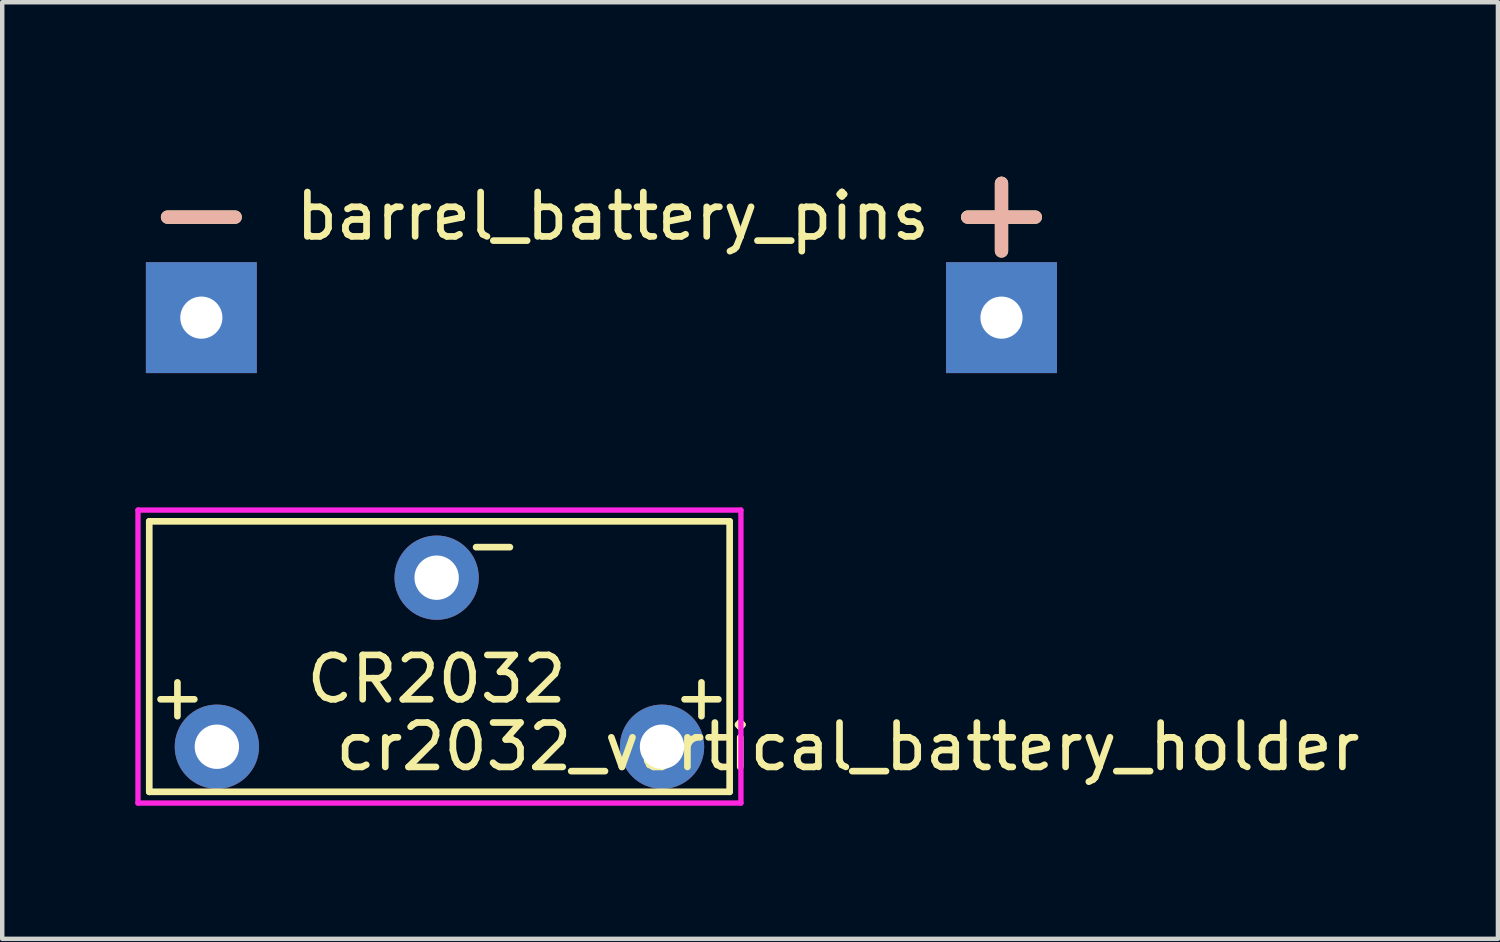
<source format=kicad_pcb>
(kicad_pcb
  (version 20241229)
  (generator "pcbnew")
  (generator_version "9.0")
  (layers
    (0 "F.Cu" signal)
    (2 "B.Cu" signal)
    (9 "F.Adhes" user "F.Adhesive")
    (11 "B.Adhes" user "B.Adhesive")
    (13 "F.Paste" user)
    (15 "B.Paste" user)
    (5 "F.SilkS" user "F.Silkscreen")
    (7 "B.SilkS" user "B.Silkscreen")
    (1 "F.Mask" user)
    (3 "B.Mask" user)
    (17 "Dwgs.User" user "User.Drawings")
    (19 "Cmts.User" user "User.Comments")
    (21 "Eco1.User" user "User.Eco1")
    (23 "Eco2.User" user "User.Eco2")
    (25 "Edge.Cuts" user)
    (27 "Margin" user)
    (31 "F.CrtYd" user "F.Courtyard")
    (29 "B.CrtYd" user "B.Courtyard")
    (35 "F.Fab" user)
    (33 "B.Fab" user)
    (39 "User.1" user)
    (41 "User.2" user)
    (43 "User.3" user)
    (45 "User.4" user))
  (footprint "barrel_battery_pins"
    (layer "F.Cu")
    (at 1.488 4.109)
    (property "Reference" "barrel_battery_pins" (at 9.271 -2.286 0) (layer "F.SilkS") (effects (font (size 1 1) (thickness 0.15))))
    (attr through_hole)
    (fp_text user "-" (at 0 -2.413 0) (layer "F.SilkS") (effects (font (size 2 2) (thickness 0.3))))
    (fp_text user "+" (at 18.034 -2.413 0) (layer "F.SilkS") (effects (font (size 2 2) (thickness 0.3))))
    (fp_text user "+" (at 18.034 -2.413 0) (layer "B.SilkS") (effects (font (size 2 2) (thickness 0.3))))
    (fp_text user "-" (at 0 -2.413 0) (layer "B.SilkS") (effects (font (size 2 2) (thickness 0.3))))
    (pad "1" thru_hole rect (at 18.034 0) (size 2.5 2.5) (drill 0.95) (layers "*.Cu" "*.Mask"))
    (pad "2" thru_hole rect (at 0 0 90) (size 2.5 2.5) (drill 0.95) (layers "*.Cu" "*.Mask")))
  (footprint "cr2032_vertical_battery_holder"
    (layer "F.Cu")
    (at 1.838 13.78)
    (property "Reference" "cr2032_vertical_battery_holder" (at 14.224 0 0) (layer "F.SilkS") (effects (font (size 1 1) (thickness 0.15))))
    (attr through_hole)
    (fp_line (start -1.524 -5.08) (end -1.524 1.016) (stroke (width 0.15) (type solid)) (layer "F.SilkS"))
    (fp_line (start -1.524 -5.08) (end 11.557 -5.08) (stroke (width 0.15) (type solid)) (layer "F.SilkS"))
    (fp_line (start -1.524 1.016) (end 11.557 1.016) (stroke (width 0.15) (type solid)) (layer "F.SilkS"))
    (fp_line (start 11.557 -5.08) (end 11.557 1.016) (stroke (width 0.15) (type solid)) (layer "F.SilkS"))
    (fp_line (start -1.778 -5.334) (end -1.778 1.27) (stroke (width 0.12) (type solid)) (layer "F.CrtYd"))
    (fp_line (start 11.811 -5.334) (end -1.778 -5.334) (stroke (width 0.12) (type solid)) (layer "F.CrtYd"))
    (fp_line (start 11.811 -5.334) (end 11.811 1.27) (stroke (width 0.12) (type solid)) (layer "F.CrtYd"))
    (fp_line (start 11.811 1.27) (end -1.778 1.27) (stroke (width 0.12) (type solid)) (layer "F.CrtYd"))
    (fp_text user "CR2032" (at 4.953 -1.524 0) (layer "F.SilkS") (effects (font (size 1 1) (thickness 0.15))))
    (fp_text user "+" (at -0.889 -1.143 0) (layer "F.SilkS") (effects (font (size 1 1) (thickness 0.15))))
    (fp_text user "-" (at 6.223 -4.572 0) (layer "F.SilkS") (effects (font (size 1 1) (thickness 0.15))))
    (fp_text user "+" (at 10.922 -1.143 0) (layer "F.SilkS") (effects (font (size 1 1) (thickness 0.15))))
    (pad "1" thru_hole circle (at 0 0) (size 1.9 1.9) (drill 1) (layers "*.Cu" "*.Mask"))
    (pad "1" thru_hole circle (at 10.033 0) (size 1.9 1.9) (drill 1) (layers "*.Cu" "*.Mask"))
    (pad "2" thru_hole circle (at 4.953 -3.81) (size 1.9 1.9) (drill 1) (layers "*.Cu" "*.Mask")))
  (gr_rect
    (start -3 -3)
    (end 30.711 18.11)
    (stroke (width 0.1) (type default))
    (fill no)
    (layer "Edge.Cuts")))
</source>
